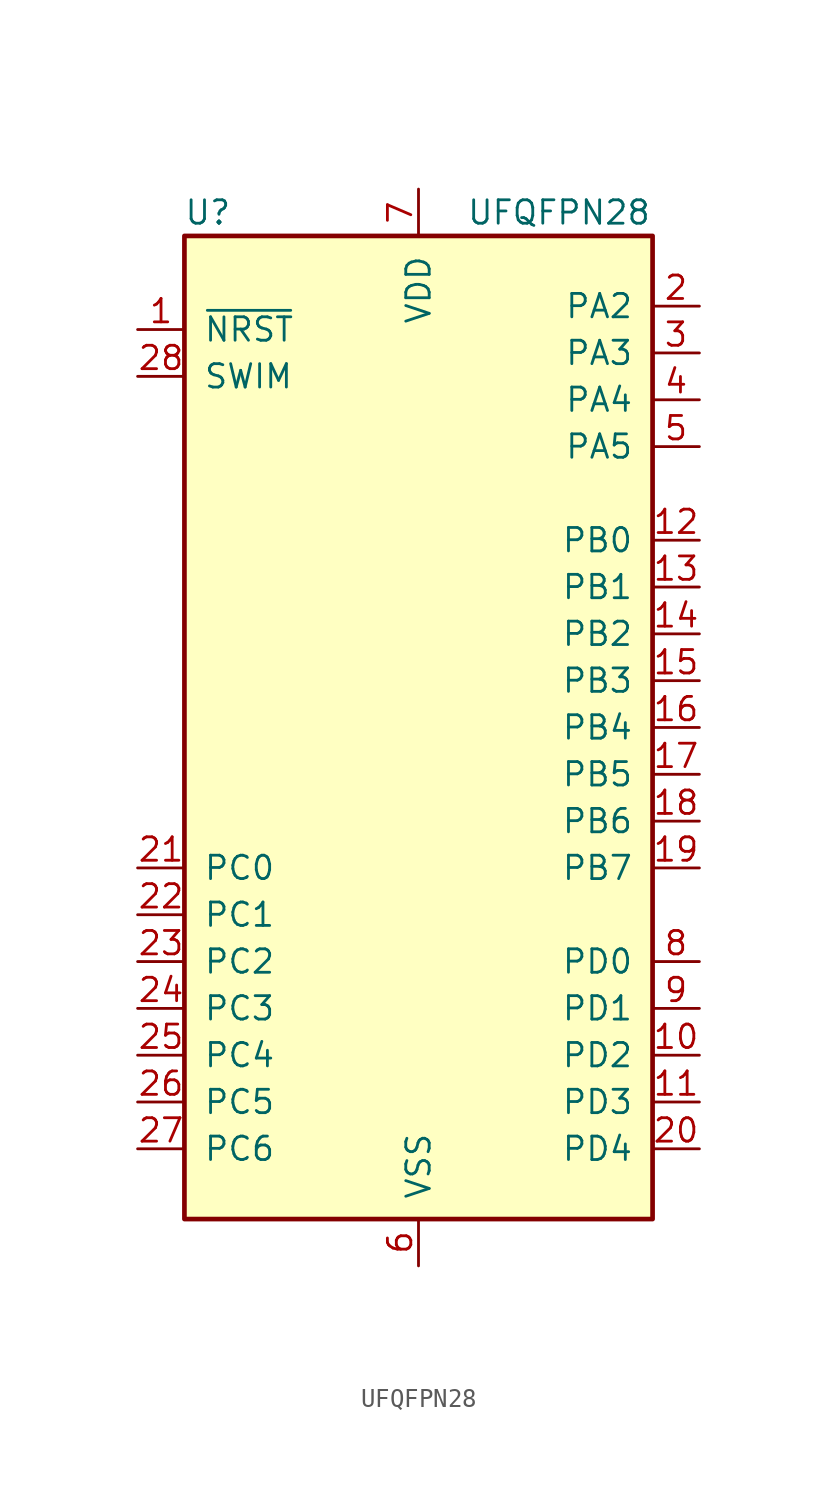
<source format=kicad_sym>
(kicad_symbol_lib
  (version 20201005)
  (generator kicad_symbol_editor)
  (symbol "STM8L15xxx:UFQFPN28"
    (pin_names
      (offset 1.016))
    (property "Reference" "U"
      (at -11.43 15.24 0)
      (effects (font (size 1.27 1.27))))
    (property "Value" "UFQFPN28"
      (at 7.62 15.24 0)
      (effects (font (size 1.27 1.27))))
    (symbol "UFQFPN28_0_0"
      (pin input line (at -15.24 8.89 0) (length 2.54) (name "~NRST" (effects (font (size 1.27 1.27)))) (number "1" (effects (font (size 1.27 1.27)))) (alternate "PA1" bidirectional line))
      (pin bidirectional line (at 15.24 10.16 180) (length 2.54) (name "PA2" (effects (font (size 1.27 1.27)))) (number "2" (effects (font (size 1.27 1.27)))))
      (pin bidirectional line (at 15.24 7.62 180) (length 2.54) (name "PA3" (effects (font (size 1.27 1.27)))) (number "3" (effects (font (size 1.27 1.27)))))
      (pin bidirectional line (at 15.24 5.08 180) (length 2.54) (name "PA4" (effects (font (size 1.27 1.27)))) (number "4" (effects (font (size 1.27 1.27)))))
      (pin bidirectional line (at 15.24 2.54 180) (length 2.54) (name "PA5" (effects (font (size 1.27 1.27)))) (number "5" (effects (font (size 1.27 1.27)))))
      (pin power_in line (at 0 -41.91 90) (length 2.54) (name "VSS" (effects (font (size 1.27 1.27)))) (number "6" (effects (font (size 1.27 1.27)))))
      (pin power_in line (at 0 16.51 270) (length 2.54) (name "VDD" (effects (font (size 1.27 1.27)))) (number "7" (effects (font (size 1.27 1.27)))))
      (pin bidirectional line (at 15.24 -25.4 180) (length 2.54) (name "PD0" (effects (font (size 1.27 1.27)))) (number "8" (effects (font (size 1.27 1.27)))))
      (pin bidirectional line (at 15.24 -27.94 180) (length 2.54) (name "PD1" (effects (font (size 1.27 1.27)))) (number "9" (effects (font (size 1.27 1.27)))))
      (pin bidirectional line (at 15.24 -30.48 180) (length 2.54) (name "PD2" (effects (font (size 1.27 1.27)))) (number "10" (effects (font (size 1.27 1.27)))))
      (pin bidirectional line (at 15.24 -33.02 180) (length 2.54) (name "PD3" (effects (font (size 1.27 1.27)))) (number "11" (effects (font (size 1.27 1.27)))))
      (pin bidirectional line (at 15.24 -2.54 180) (length 2.54) (name "PB0" (effects (font (size 1.27 1.27)))) (number "12" (effects (font (size 1.27 1.27)))))
      (pin bidirectional line (at 15.24 -5.08 180) (length 2.54) (name "PB1" (effects (font (size 1.27 1.27)))) (number "13" (effects (font (size 1.27 1.27)))))
      (pin bidirectional line (at 15.24 -7.62 180) (length 2.54) (name "PB2" (effects (font (size 1.27 1.27)))) (number "14" (effects (font (size 1.27 1.27)))))
      (pin bidirectional line (at 15.24 -10.16 180) (length 2.54) (name "PB3" (effects (font (size 1.27 1.27)))) (number "15" (effects (font (size 1.27 1.27)))))
      (pin bidirectional line (at 15.24 -12.7 180) (length 2.54) (name "PB4" (effects (font (size 1.27 1.27)))) (number "16" (effects (font (size 1.27 1.27)))))
      (pin bidirectional line (at 15.24 -15.24 180) (length 2.54) (name "PB5" (effects (font (size 1.27 1.27)))) (number "17" (effects (font (size 1.27 1.27)))))
      (pin bidirectional line (at 15.24 -17.78 180) (length 2.54) (name "PB6" (effects (font (size 1.27 1.27)))) (number "18" (effects (font (size 1.27 1.27)))))
      (pin bidirectional line (at 15.24 -35.56 180) (length 2.54) (name "PD4" (effects (font (size 1.27 1.27)))) (number "20" (effects (font (size 1.27 1.27)))))
      (pin bidirectional line (at -15.24 -20.32 0) (length 2.54) (name "PC0" (effects (font (size 1.27 1.27)))) (number "21" (effects (font (size 1.27 1.27)))) (alternate "I2C1_SDA" bidirectional line))
      (pin bidirectional line (at -15.24 -22.86 0) (length 2.54) (name "PC1" (effects (font (size 1.27 1.27)))) (number "22" (effects (font (size 1.27 1.27)))) (alternate "I2C1_SCL" bidirectional line))
      (pin bidirectional line (at -15.24 -25.4 0) (length 2.54) (name "PC2" (effects (font (size 1.27 1.27)))) (number "23" (effects (font (size 1.27 1.27)))))
      (pin bidirectional line (at -15.24 -27.94 0) (length 2.54) (name "PC3" (effects (font (size 1.27 1.27)))) (number "24" (effects (font (size 1.27 1.27)))))
      (pin bidirectional line (at -15.24 -30.48 0) (length 2.54) (name "PC4" (effects (font (size 1.27 1.27)))) (number "25" (effects (font (size 1.27 1.27)))))
      (pin bidirectional line (at -15.24 -33.02 0) (length 2.54) (name "PC5" (effects (font (size 1.27 1.27)))) (number "26" (effects (font (size 1.27 1.27)))))
      (pin bidirectional line (at -15.24 -35.56 0) (length 2.54) (name "PC6" (effects (font (size 1.27 1.27)))) (number "27" (effects (font (size 1.27 1.27)))))
      (pin bidirectional line (at -15.24 6.35 0) (length 2.54) (name "SWIM" (effects (font (size 1.27 1.27)))) (number "28" (effects (font (size 1.27 1.27)))) (alternate "PA0" bidirectional line))
      (pin bidirectional line (at 15.24 -20.32 180) (length 2.54) (name "PB7" (effects (font (size 1.27 1.27)))) (number "19" (effects (font (size 1.27 1.27))))))
    (symbol "UFQFPN28_0_1"
      (rectangle (start -12.7 13.97) (end 12.7 -39.37) (stroke (width 0.254)) (fill (type background))))))
</source>
